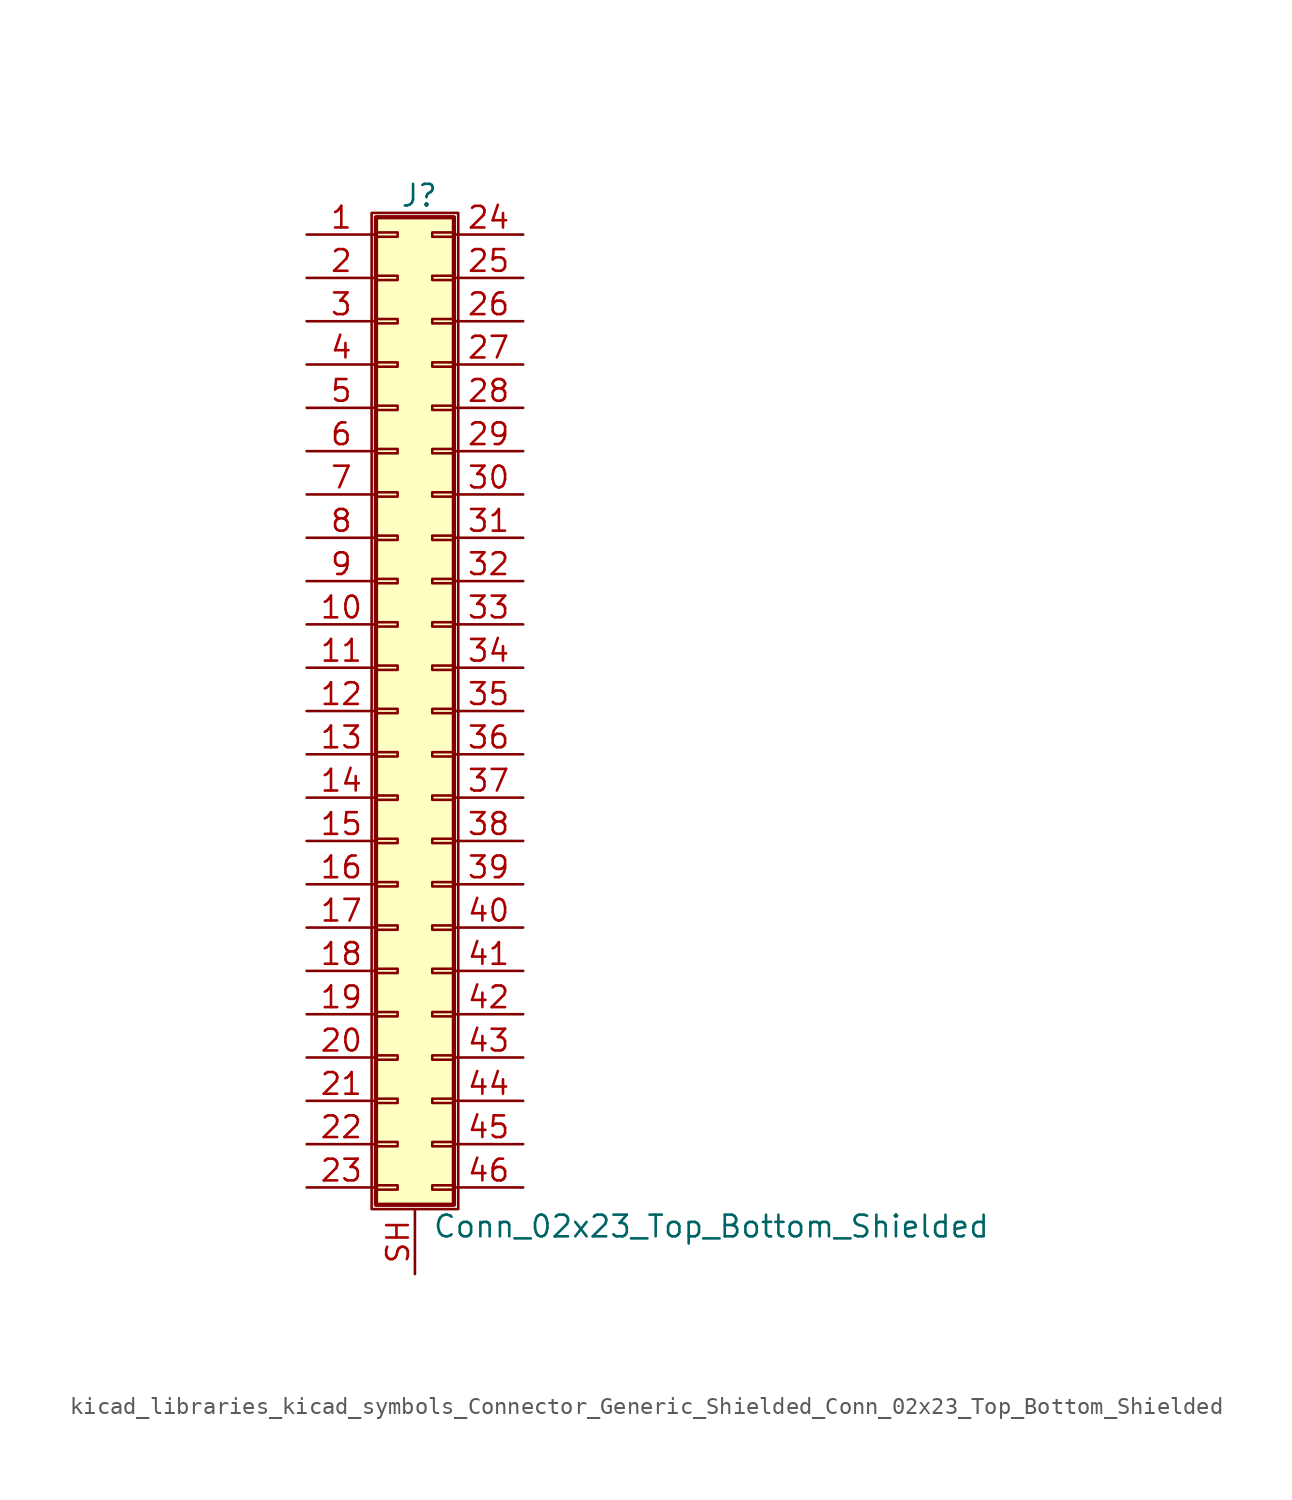
<source format=kicad_sym>
(kicad_symbol_lib
  (version 20220914)
  (generator kicad_symbol_editor)
  (symbol "kicad_libraries_kicad_symbols_Connector_Generic_Shielded_Conn_02x23_Top_Bottom_Shielded"
    (pin_names
      (offset 1.016) hide)
    (property "Reference" "J"
      (at 1.524 30.226 0)
      (effects (font (size 1.27 1.27))))
    (property "Value" "Conn_02x23_Top_Bottom_Shielded"
      (at 2.286 -30.226 0)
      (effects (font (size 1.27 1.27)) (justify left)))
    (symbol "kicad_libraries_kicad_symbols_Connector_Generic_Shielded_Conn_02x23_Top_Bottom_Shielded_1_1"
      (rectangle (start -1.27 29.21) (end 3.81 -29.21) (stroke (width 0.152) (type default)) (fill (type none)))
      (rectangle (start -1.016 -27.813) (end 0.254 -28.067) (stroke (width 0.152) (type default)) (fill (type none)))
      (rectangle (start -1.016 -25.273) (end 0.254 -25.527) (stroke (width 0.152) (type default)) (fill (type none)))
      (rectangle (start -1.016 -22.733) (end 0.254 -22.987) (stroke (width 0.152) (type default)) (fill (type none)))
      (rectangle (start -1.016 -20.193) (end 0.254 -20.447) (stroke (width 0.152) (type default)) (fill (type none)))
      (rectangle (start -1.016 -17.653) (end 0.254 -17.907) (stroke (width 0.152) (type default)) (fill (type none)))
      (rectangle (start -1.016 -15.113) (end 0.254 -15.367) (stroke (width 0.152) (type default)) (fill (type none)))
      (rectangle (start -1.016 -12.573) (end 0.254 -12.827) (stroke (width 0.152) (type default)) (fill (type none)))
      (rectangle (start -1.016 -10.033) (end 0.254 -10.287) (stroke (width 0.152) (type default)) (fill (type none)))
      (rectangle (start -1.016 -7.493) (end 0.254 -7.747) (stroke (width 0.152) (type default)) (fill (type none)))
      (rectangle (start -1.016 -4.953) (end 0.254 -5.207) (stroke (width 0.152) (type default)) (fill (type none)))
      (rectangle (start -1.016 -2.413) (end 0.254 -2.667) (stroke (width 0.152) (type default)) (fill (type none)))
      (rectangle (start -1.016 0.127) (end 0.254 -0.127) (stroke (width 0.152) (type default)) (fill (type none)))
      (rectangle (start -1.016 2.667) (end 0.254 2.413) (stroke (width 0.152) (type default)) (fill (type none)))
      (rectangle (start -1.016 5.207) (end 0.254 4.953) (stroke (width 0.152) (type default)) (fill (type none)))
      (rectangle (start -1.016 7.747) (end 0.254 7.493) (stroke (width 0.152) (type default)) (fill (type none)))
      (rectangle (start -1.016 10.287) (end 0.254 10.033) (stroke (width 0.152) (type default)) (fill (type none)))
      (rectangle (start -1.016 12.827) (end 0.254 12.573) (stroke (width 0.152) (type default)) (fill (type none)))
      (rectangle (start -1.016 15.367) (end 0.254 15.113) (stroke (width 0.152) (type default)) (fill (type none)))
      (rectangle (start -1.016 17.907) (end 0.254 17.653) (stroke (width 0.152) (type default)) (fill (type none)))
      (rectangle (start -1.016 20.447) (end 0.254 20.193) (stroke (width 0.152) (type default)) (fill (type none)))
      (rectangle (start -1.016 22.987) (end 0.254 22.733) (stroke (width 0.152) (type default)) (fill (type none)))
      (rectangle (start -1.016 25.527) (end 0.254 25.273) (stroke (width 0.152) (type default)) (fill (type none)))
      (rectangle (start -1.016 28.067) (end 0.254 27.813) (stroke (width 0.152) (type default)) (fill (type none)))
      (rectangle (start -1.016 28.956) (end 3.556 -28.956) (stroke (width 0.254) (type default)) (fill (type background)))
      (rectangle (start 3.556 -27.813) (end 2.286 -28.067) (stroke (width 0.152) (type default)) (fill (type none)))
      (rectangle (start 3.556 -25.273) (end 2.286 -25.527) (stroke (width 0.152) (type default)) (fill (type none)))
      (rectangle (start 3.556 -22.733) (end 2.286 -22.987) (stroke (width 0.152) (type default)) (fill (type none)))
      (rectangle (start 3.556 -20.193) (end 2.286 -20.447) (stroke (width 0.152) (type default)) (fill (type none)))
      (rectangle (start 3.556 -17.653) (end 2.286 -17.907) (stroke (width 0.152) (type default)) (fill (type none)))
      (rectangle (start 3.556 -15.113) (end 2.286 -15.367) (stroke (width 0.152) (type default)) (fill (type none)))
      (rectangle (start 3.556 -12.573) (end 2.286 -12.827) (stroke (width 0.152) (type default)) (fill (type none)))
      (rectangle (start 3.556 -10.033) (end 2.286 -10.287) (stroke (width 0.152) (type default)) (fill (type none)))
      (rectangle (start 3.556 -7.493) (end 2.286 -7.747) (stroke (width 0.152) (type default)) (fill (type none)))
      (rectangle (start 3.556 -4.953) (end 2.286 -5.207) (stroke (width 0.152) (type default)) (fill (type none)))
      (rectangle (start 3.556 -2.413) (end 2.286 -2.667) (stroke (width 0.152) (type default)) (fill (type none)))
      (rectangle (start 3.556 0.127) (end 2.286 -0.127) (stroke (width 0.152) (type default)) (fill (type none)))
      (rectangle (start 3.556 2.667) (end 2.286 2.413) (stroke (width 0.152) (type default)) (fill (type none)))
      (rectangle (start 3.556 5.207) (end 2.286 4.953) (stroke (width 0.152) (type default)) (fill (type none)))
      (rectangle (start 3.556 7.747) (end 2.286 7.493) (stroke (width 0.152) (type default)) (fill (type none)))
      (rectangle (start 3.556 10.287) (end 2.286 10.033) (stroke (width 0.152) (type default)) (fill (type none)))
      (rectangle (start 3.556 12.827) (end 2.286 12.573) (stroke (width 0.152) (type default)) (fill (type none)))
      (rectangle (start 3.556 15.367) (end 2.286 15.113) (stroke (width 0.152) (type default)) (fill (type none)))
      (rectangle (start 3.556 17.907) (end 2.286 17.653) (stroke (width 0.152) (type default)) (fill (type none)))
      (rectangle (start 3.556 20.447) (end 2.286 20.193) (stroke (width 0.152) (type default)) (fill (type none)))
      (rectangle (start 3.556 22.987) (end 2.286 22.733) (stroke (width 0.152) (type default)) (fill (type none)))
      (rectangle (start 3.556 25.527) (end 2.286 25.273) (stroke (width 0.152) (type default)) (fill (type none)))
      (rectangle (start 3.556 28.067) (end 2.286 27.813) (stroke (width 0.152) (type default)) (fill (type none)))
      (pin passive line (at -5.08 27.94 0) (length 4.064) (name "Pin_1" (effects (font (size 1.27 1.27)))) (number "1" (effects (font (size 1.27 1.27)))))
      (pin passive line (at -5.08 5.08 0) (length 4.064) (name "Pin_10" (effects (font (size 1.27 1.27)))) (number "10" (effects (font (size 1.27 1.27)))))
      (pin passive line (at -5.08 2.54 0) (length 4.064) (name "Pin_11" (effects (font (size 1.27 1.27)))) (number "11" (effects (font (size 1.27 1.27)))))
      (pin passive line (at -5.08 0 0) (length 4.064) (name "Pin_12" (effects (font (size 1.27 1.27)))) (number "12" (effects (font (size 1.27 1.27)))))
      (pin passive line (at -5.08 -2.54 0) (length 4.064) (name "Pin_13" (effects (font (size 1.27 1.27)))) (number "13" (effects (font (size 1.27 1.27)))))
      (pin passive line (at -5.08 -5.08 0) (length 4.064) (name "Pin_14" (effects (font (size 1.27 1.27)))) (number "14" (effects (font (size 1.27 1.27)))))
      (pin passive line (at -5.08 -7.62 0) (length 4.064) (name "Pin_15" (effects (font (size 1.27 1.27)))) (number "15" (effects (font (size 1.27 1.27)))))
      (pin passive line (at -5.08 -10.16 0) (length 4.064) (name "Pin_16" (effects (font (size 1.27 1.27)))) (number "16" (effects (font (size 1.27 1.27)))))
      (pin passive line (at -5.08 -12.7 0) (length 4.064) (name "Pin_17" (effects (font (size 1.27 1.27)))) (number "17" (effects (font (size 1.27 1.27)))))
      (pin passive line (at -5.08 -15.24 0) (length 4.064) (name "Pin_18" (effects (font (size 1.27 1.27)))) (number "18" (effects (font (size 1.27 1.27)))))
      (pin passive line (at -5.08 -17.78 0) (length 4.064) (name "Pin_19" (effects (font (size 1.27 1.27)))) (number "19" (effects (font (size 1.27 1.27)))))
      (pin passive line (at -5.08 25.4 0) (length 4.064) (name "Pin_2" (effects (font (size 1.27 1.27)))) (number "2" (effects (font (size 1.27 1.27)))))
      (pin passive line (at -5.08 -20.32 0) (length 4.064) (name "Pin_20" (effects (font (size 1.27 1.27)))) (number "20" (effects (font (size 1.27 1.27)))))
      (pin passive line (at -5.08 -22.86 0) (length 4.064) (name "Pin_21" (effects (font (size 1.27 1.27)))) (number "21" (effects (font (size 1.27 1.27)))))
      (pin passive line (at -5.08 -25.4 0) (length 4.064) (name "Pin_22" (effects (font (size 1.27 1.27)))) (number "22" (effects (font (size 1.27 1.27)))))
      (pin passive line (at -5.08 -27.94 0) (length 4.064) (name "Pin_23" (effects (font (size 1.27 1.27)))) (number "23" (effects (font (size 1.27 1.27)))))
      (pin passive line (at 7.62 27.94 180) (length 4.064) (name "Pin_24" (effects (font (size 1.27 1.27)))) (number "24" (effects (font (size 1.27 1.27)))))
      (pin passive line (at 7.62 25.4 180) (length 4.064) (name "Pin_25" (effects (font (size 1.27 1.27)))) (number "25" (effects (font (size 1.27 1.27)))))
      (pin passive line (at 7.62 22.86 180) (length 4.064) (name "Pin_26" (effects (font (size 1.27 1.27)))) (number "26" (effects (font (size 1.27 1.27)))))
      (pin passive line (at 7.62 20.32 180) (length 4.064) (name "Pin_27" (effects (font (size 1.27 1.27)))) (number "27" (effects (font (size 1.27 1.27)))))
      (pin passive line (at 7.62 17.78 180) (length 4.064) (name "Pin_28" (effects (font (size 1.27 1.27)))) (number "28" (effects (font (size 1.27 1.27)))))
      (pin passive line (at 7.62 15.24 180) (length 4.064) (name "Pin_29" (effects (font (size 1.27 1.27)))) (number "29" (effects (font (size 1.27 1.27)))))
      (pin passive line (at -5.08 22.86 0) (length 4.064) (name "Pin_3" (effects (font (size 1.27 1.27)))) (number "3" (effects (font (size 1.27 1.27)))))
      (pin passive line (at 7.62 12.7 180) (length 4.064) (name "Pin_30" (effects (font (size 1.27 1.27)))) (number "30" (effects (font (size 1.27 1.27)))))
      (pin passive line (at 7.62 10.16 180) (length 4.064) (name "Pin_31" (effects (font (size 1.27 1.27)))) (number "31" (effects (font (size 1.27 1.27)))))
      (pin passive line (at 7.62 7.62 180) (length 4.064) (name "Pin_32" (effects (font (size 1.27 1.27)))) (number "32" (effects (font (size 1.27 1.27)))))
      (pin passive line (at 7.62 5.08 180) (length 4.064) (name "Pin_33" (effects (font (size 1.27 1.27)))) (number "33" (effects (font (size 1.27 1.27)))))
      (pin passive line (at 7.62 2.54 180) (length 4.064) (name "Pin_34" (effects (font (size 1.27 1.27)))) (number "34" (effects (font (size 1.27 1.27)))))
      (pin passive line (at 7.62 0 180) (length 4.064) (name "Pin_35" (effects (font (size 1.27 1.27)))) (number "35" (effects (font (size 1.27 1.27)))))
      (pin passive line (at 7.62 -2.54 180) (length 4.064) (name "Pin_36" (effects (font (size 1.27 1.27)))) (number "36" (effects (font (size 1.27 1.27)))))
      (pin passive line (at 7.62 -5.08 180) (length 4.064) (name "Pin_37" (effects (font (size 1.27 1.27)))) (number "37" (effects (font (size 1.27 1.27)))))
      (pin passive line (at 7.62 -7.62 180) (length 4.064) (name "Pin_38" (effects (font (size 1.27 1.27)))) (number "38" (effects (font (size 1.27 1.27)))))
      (pin passive line (at 7.62 -10.16 180) (length 4.064) (name "Pin_39" (effects (font (size 1.27 1.27)))) (number "39" (effects (font (size 1.27 1.27)))))
      (pin passive line (at -5.08 20.32 0) (length 4.064) (name "Pin_4" (effects (font (size 1.27 1.27)))) (number "4" (effects (font (size 1.27 1.27)))))
      (pin passive line (at 7.62 -12.7 180) (length 4.064) (name "Pin_40" (effects (font (size 1.27 1.27)))) (number "40" (effects (font (size 1.27 1.27)))))
      (pin passive line (at 7.62 -15.24 180) (length 4.064) (name "Pin_41" (effects (font (size 1.27 1.27)))) (number "41" (effects (font (size 1.27 1.27)))))
      (pin passive line (at 7.62 -17.78 180) (length 4.064) (name "Pin_42" (effects (font (size 1.27 1.27)))) (number "42" (effects (font (size 1.27 1.27)))))
      (pin passive line (at 7.62 -20.32 180) (length 4.064) (name "Pin_43" (effects (font (size 1.27 1.27)))) (number "43" (effects (font (size 1.27 1.27)))))
      (pin passive line (at 7.62 -22.86 180) (length 4.064) (name "Pin_44" (effects (font (size 1.27 1.27)))) (number "44" (effects (font (size 1.27 1.27)))))
      (pin passive line (at 7.62 -25.4 180) (length 4.064) (name "Pin_45" (effects (font (size 1.27 1.27)))) (number "45" (effects (font (size 1.27 1.27)))))
      (pin passive line (at 7.62 -27.94 180) (length 4.064) (name "Pin_46" (effects (font (size 1.27 1.27)))) (number "46" (effects (font (size 1.27 1.27)))))
      (pin passive line (at -5.08 17.78 0) (length 4.064) (name "Pin_5" (effects (font (size 1.27 1.27)))) (number "5" (effects (font (size 1.27 1.27)))))
      (pin passive line (at -5.08 15.24 0) (length 4.064) (name "Pin_6" (effects (font (size 1.27 1.27)))) (number "6" (effects (font (size 1.27 1.27)))))
      (pin passive line (at -5.08 12.7 0) (length 4.064) (name "Pin_7" (effects (font (size 1.27 1.27)))) (number "7" (effects (font (size 1.27 1.27)))))
      (pin passive line (at -5.08 10.16 0) (length 4.064) (name "Pin_8" (effects (font (size 1.27 1.27)))) (number "8" (effects (font (size 1.27 1.27)))))
      (pin passive line (at -5.08 7.62 0) (length 4.064) (name "Pin_9" (effects (font (size 1.27 1.27)))) (number "9" (effects (font (size 1.27 1.27)))))
      (pin passive line (at 1.27 -33.02 90) (length 3.81) (name "Shield" (effects (font (size 1.27 1.27)))) (number "SH" (effects (font (size 1.27 1.27))))))))
</source>
